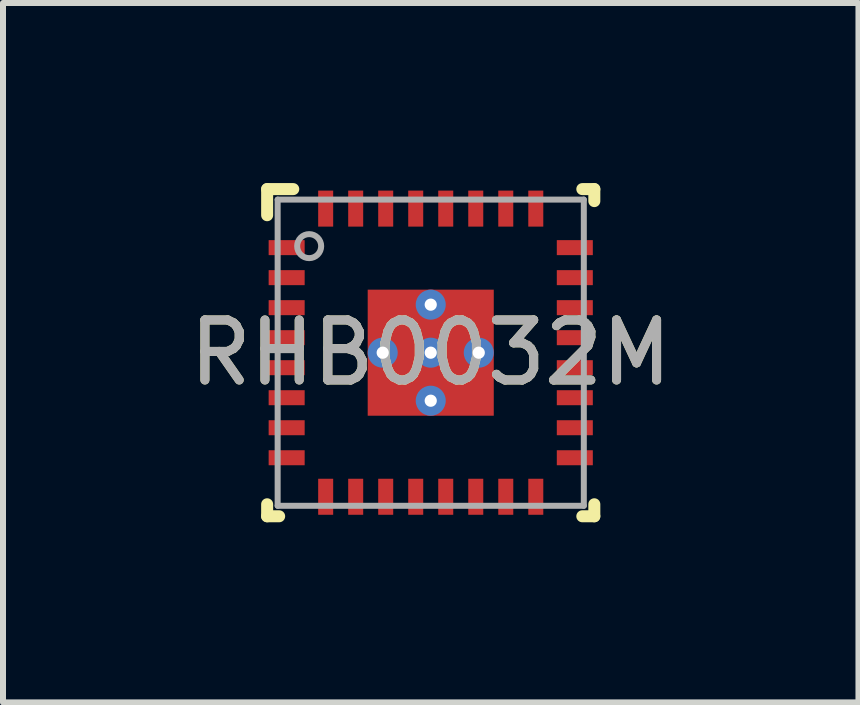
<source format=kicad_pcb>
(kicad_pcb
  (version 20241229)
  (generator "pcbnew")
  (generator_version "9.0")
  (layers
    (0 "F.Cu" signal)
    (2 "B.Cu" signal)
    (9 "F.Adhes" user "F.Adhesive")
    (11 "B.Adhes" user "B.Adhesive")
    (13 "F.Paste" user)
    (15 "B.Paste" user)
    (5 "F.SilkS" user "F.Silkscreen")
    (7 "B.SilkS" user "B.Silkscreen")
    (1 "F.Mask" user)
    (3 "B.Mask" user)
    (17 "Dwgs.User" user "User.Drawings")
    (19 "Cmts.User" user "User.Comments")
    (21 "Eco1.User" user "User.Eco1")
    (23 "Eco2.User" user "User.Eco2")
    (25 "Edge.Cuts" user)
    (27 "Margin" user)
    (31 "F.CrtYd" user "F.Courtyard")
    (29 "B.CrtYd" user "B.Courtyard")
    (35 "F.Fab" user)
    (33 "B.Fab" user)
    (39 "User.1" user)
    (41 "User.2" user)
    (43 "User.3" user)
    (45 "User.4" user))
  (footprint "RHB0032M"
    (layer "F.Cu")
    (at 4.125 2.825)
    (property "Reference" "RHB0032M" (at 0 0 0) (unlocked yes) (layer "F.SilkS") (effects (font (size 1 1) (thickness 0.15))))
    (attr smd)
    (fp_line (start -2.725 -2.725) (end -2.29 -2.725) (stroke (width 0.2) (type solid)) (layer "F.SilkS"))
    (fp_line (start -2.725 -2.29) (end -2.725 -2.725) (stroke (width 0.2) (type solid)) (layer "F.SilkS"))
    (fp_line (start -2.725 2.725) (end -2.725 2.525) (stroke (width 0.2) (type solid)) (layer "F.SilkS"))
    (fp_line (start -2.725 2.725) (end -2.525 2.725) (stroke (width 0.2) (type solid)) (layer "F.SilkS"))
    (fp_line (start 2.525 -2.725) (end 2.725 -2.725) (stroke (width 0.2) (type solid)) (layer "F.SilkS"))
    (fp_line (start 2.525 2.725) (end 2.725 2.725) (stroke (width 0.2) (type solid)) (layer "F.SilkS"))
    (fp_line (start 2.725 -2.525) (end 2.725 -2.725) (stroke (width 0.2) (type solid)) (layer "F.SilkS"))
    (fp_line (start 2.725 2.725) (end 2.725 2.525) (stroke (width 0.2) (type solid)) (layer "F.SilkS"))
    (fp_poly (pts (xy -0.1 -0.988) (xy -0.1 -0.152) (xy -0.101 -0.142) (xy -0.104 -0.132) (xy -0.109 -0.123) (xy -0.115 -0.115) (xy -0.123 -0.109) (xy -0.132 -0.104) (xy -0.142 -0.101) (xy -0.152 -0.1) (xy -0.988 -0.1) (xy -0.998 -0.101) (xy -1.008 -0.104) (xy -1.017 -0.109) (xy -1.025 -0.115) (xy -1.031 -0.123) (xy -1.036 -0.132) (xy -1.039 -0.142) (xy -1.04 -0.152) (xy -1.04 -0.988) (xy -1.039 -0.998) (xy -1.036 -1.008) (xy -1.031 -1.017) (xy -1.025 -1.025) (xy -1.017 -1.031) (xy -1.008 -1.036) (xy -0.998 -1.039) (xy -0.988 -1.04) (xy -0.152 -1.04) (xy -0.142 -1.039) (xy -0.132 -1.036) (xy -0.123 -1.031) (xy -0.115 -1.025) (xy -0.109 -1.017) (xy -0.104 -1.008) (xy -0.101 -0.998)) (stroke (width 0) (type solid)) (fill yes) (layer "F.Paste"))
    (fp_poly (pts (xy -0.1 0.152) (xy -0.1 0.988) (xy -0.101 0.998) (xy -0.104 1.008) (xy -0.109 1.017) (xy -0.115 1.025) (xy -0.123 1.031) (xy -0.132 1.036) (xy -0.142 1.039) (xy -0.152 1.04) (xy -0.988 1.04) (xy -0.998 1.039) (xy -1.008 1.036) (xy -1.017 1.031) (xy -1.025 1.025) (xy -1.031 1.017) (xy -1.036 1.008) (xy -1.039 0.998) (xy -1.04 0.988) (xy -1.04 0.152) (xy -1.039 0.142) (xy -1.036 0.132) (xy -1.031 0.123) (xy -1.025 0.115) (xy -1.017 0.109) (xy -1.008 0.104) (xy -0.998 0.101) (xy -0.988 0.1) (xy -0.152 0.1) (xy -0.142 0.101) (xy -0.132 0.104) (xy -0.123 0.109) (xy -0.115 0.115) (xy -0.109 0.123) (xy -0.104 0.132) (xy -0.101 0.142)) (stroke (width 0) (type solid)) (fill yes) (layer "F.Paste"))
    (fp_poly (pts (xy 0.1 -0.152) (xy 0.1 -0.988) (xy 0.101 -0.998) (xy 0.104 -1.008) (xy 0.109 -1.017) (xy 0.115 -1.025) (xy 0.123 -1.031) (xy 0.132 -1.036) (xy 0.142 -1.039) (xy 0.152 -1.04) (xy 0.988 -1.04) (xy 0.998 -1.039) (xy 1.008 -1.036) (xy 1.017 -1.031) (xy 1.025 -1.025) (xy 1.031 -1.017) (xy 1.036 -1.008) (xy 1.039 -0.998) (xy 1.04 -0.988) (xy 1.04 -0.152) (xy 1.039 -0.142) (xy 1.036 -0.132) (xy 1.031 -0.123) (xy 1.025 -0.115) (xy 1.017 -0.109) (xy 1.008 -0.104) (xy 0.998 -0.101) (xy 0.988 -0.1) (xy 0.152 -0.1) (xy 0.142 -0.101) (xy 0.132 -0.104) (xy 0.123 -0.109) (xy 0.115 -0.115) (xy 0.109 -0.123) (xy 0.104 -0.132) (xy 0.101 -0.142)) (stroke (width 0) (type solid)) (fill yes) (layer "F.Paste"))
    (fp_poly (pts (xy 0.1 0.988) (xy 0.1 0.152) (xy 0.101 0.142) (xy 0.104 0.132) (xy 0.109 0.123) (xy 0.115 0.115) (xy 0.123 0.109) (xy 0.132 0.104) (xy 0.142 0.101) (xy 0.152 0.1) (xy 0.988 0.1) (xy 0.998 0.101) (xy 1.008 0.104) (xy 1.017 0.109) (xy 1.025 0.115) (xy 1.031 0.123) (xy 1.036 0.132) (xy 1.039 0.142) (xy 1.04 0.152) (xy 1.04 0.988) (xy 1.039 0.998) (xy 1.036 1.008) (xy 1.031 1.017) (xy 1.025 1.025) (xy 1.017 1.031) (xy 1.008 1.036) (xy 0.998 1.039) (xy 0.988 1.04) (xy 0.152 1.04) (xy 0.142 1.039) (xy 0.132 1.036) (xy 0.123 1.031) (xy 0.115 1.025) (xy 0.109 1.017) (xy 0.104 1.008) (xy 0.101 0.998)) (stroke (width 0) (type solid)) (fill yes) (layer "F.Paste"))
    (fp_line (start -2.55 -2.55) (end 2.55 -2.55) (stroke (width 0.1) (type solid)) (layer "F.Fab"))
    (fp_line (start -2.55 2.55) (end -2.55 -2.55) (stroke (width 0.1) (type solid)) (layer "F.Fab"))
    (fp_line (start -2.55 2.55) (end 2.55 2.55) (stroke (width 0.1) (type solid)) (layer "F.Fab"))
    (fp_line (start 2.55 2.55) (end 2.55 -2.55) (stroke (width 0.1) (type solid)) (layer "F.Fab"))
    (fp_circle (center -2.025 -1.775) (end -1.825 -1.775) (stroke (width 0.1) (type solid)) (fill no) (layer "F.Fab"))
    (fp_text user "${REFERENCE}" (at 0 0 0) (unlocked yes) (layer "F.Fab") (effects (font (size 1 1) (thickness 0.15))))
    (pad "1" smd rect (at -2.4 -1.75 90) (size 0.25 0.6) (layers "F.Cu" "F.Mask" "F.Paste"))
    (pad "2" smd rect (at -2.4 -1.25 90) (size 0.25 0.6) (layers "F.Cu" "F.Mask" "F.Paste"))
    (pad "3" smd rect (at -2.4 -0.75 90) (size 0.25 0.6) (layers "F.Cu" "F.Mask" "F.Paste"))
    (pad "4" smd rect (at -2.4 -0.25 90) (size 0.25 0.6) (layers "F.Cu" "F.Mask" "F.Paste"))
    (pad "5" smd rect (at -2.4 0.25 90) (size 0.25 0.6) (layers "F.Cu" "F.Mask" "F.Paste"))
    (pad "6" smd rect (at -2.4 0.75 90) (size 0.25 0.6) (layers "F.Cu" "F.Mask" "F.Paste"))
    (pad "7" smd rect (at -2.4 1.25 90) (size 0.25 0.6) (layers "F.Cu" "F.Mask" "F.Paste"))
    (pad "8" smd rect (at -2.4 1.75 90) (size 0.25 0.6) (layers "F.Cu" "F.Mask" "F.Paste"))
    (pad "9" smd rect (at -1.75 2.4) (size 0.25 0.6) (layers "F.Cu" "F.Mask" "F.Paste"))
    (pad "10" smd rect (at -1.25 2.4) (size 0.25 0.6) (layers "F.Cu" "F.Mask" "F.Paste"))
    (pad "11" smd rect (at -0.75 2.4) (size 0.25 0.6) (layers "F.Cu" "F.Mask" "F.Paste"))
    (pad "12" smd rect (at -0.25 2.4) (size 0.25 0.6) (layers "F.Cu" "F.Mask" "F.Paste"))
    (pad "13" smd rect (at 0.25 2.4) (size 0.25 0.6) (layers "F.Cu" "F.Mask" "F.Paste"))
    (pad "14" smd rect (at 0.75 2.4) (size 0.25 0.6) (layers "F.Cu" "F.Mask" "F.Paste"))
    (pad "15" smd rect (at 1.25 2.4) (size 0.25 0.6) (layers "F.Cu" "F.Mask" "F.Paste"))
    (pad "16" smd rect (at 1.75 2.4) (size 0.25 0.6) (layers "F.Cu" "F.Mask" "F.Paste"))
    (pad "17" smd rect (at 2.4 1.75 90) (size 0.25 0.6) (layers "F.Cu" "F.Mask" "F.Paste"))
    (pad "18" smd rect (at 2.4 1.25 90) (size 0.25 0.6) (layers "F.Cu" "F.Mask" "F.Paste"))
    (pad "19" smd rect (at 2.4 0.75 90) (size 0.25 0.6) (layers "F.Cu" "F.Mask" "F.Paste"))
    (pad "20" smd rect (at 2.4 0.25 90) (size 0.25 0.6) (layers "F.Cu" "F.Mask" "F.Paste"))
    (pad "21" smd rect (at 2.4 -0.25 90) (size 0.25 0.6) (layers "F.Cu" "F.Mask" "F.Paste"))
    (pad "22" smd rect (at 2.4 -0.75 90) (size 0.25 0.6) (layers "F.Cu" "F.Mask" "F.Paste"))
    (pad "23" smd rect (at 2.4 -1.25 90) (size 0.25 0.6) (layers "F.Cu" "F.Mask" "F.Paste"))
    (pad "24" smd rect (at 2.4 -1.75 90) (size 0.25 0.6) (layers "F.Cu" "F.Mask" "F.Paste"))
    (pad "25" smd rect (at 1.75 -2.4) (size 0.25 0.6) (layers "F.Cu" "F.Mask" "F.Paste"))
    (pad "26" smd rect (at 1.25 -2.4) (size 0.25 0.6) (layers "F.Cu" "F.Mask" "F.Paste"))
    (pad "27" smd rect (at 0.75 -2.4) (size 0.25 0.6) (layers "F.Cu" "F.Mask" "F.Paste"))
    (pad "28" smd rect (at 0.25 -2.4) (size 0.25 0.6) (layers "F.Cu" "F.Mask" "F.Paste"))
    (pad "29" smd rect (at -0.25 -2.4) (size 0.25 0.6) (layers "F.Cu" "F.Mask" "F.Paste"))
    (pad "30" smd rect (at -0.75 -2.4) (size 0.25 0.6) (layers "F.Cu" "F.Mask" "F.Paste"))
    (pad "31" smd rect (at -1.25 -2.4) (size 0.25 0.6) (layers "F.Cu" "F.Mask" "F.Paste"))
    (pad "32" smd rect (at -1.75 -2.4) (size 0.25 0.6) (layers "F.Cu" "F.Mask" "F.Paste"))
    (pad "33" smd rect (at 0 0) (size 2.1 2.1) (layers "F.Cu" "F.Mask"))
    (pad "V" thru_hole circle (at -0.8 0) (size 0.5 0.5) (drill 0.203) (layers "*.Cu" "*.Mask"))
    (pad "V" thru_hole circle (at 0 -0.8) (size 0.5 0.5) (drill 0.203) (layers "*.Cu" "*.Mask"))
    (pad "V" thru_hole circle (at 0 0) (size 0.5 0.5) (drill 0.203) (layers "*.Cu" "*.Mask"))
    (pad "V" thru_hole circle (at 0 0.8) (size 0.5 0.5) (drill 0.203) (layers "*.Cu" "*.Mask"))
    (pad "V" thru_hole circle (at 0.8 0) (size 0.5 0.5) (drill 0.203) (layers "*.Cu" "*.Mask")))
  (gr_rect
    (start -3 -3)
    (end 11.25 8.65)
    (stroke (width 0.1) (type default))
    (fill no)
    (layer "Edge.Cuts")))
</source>
